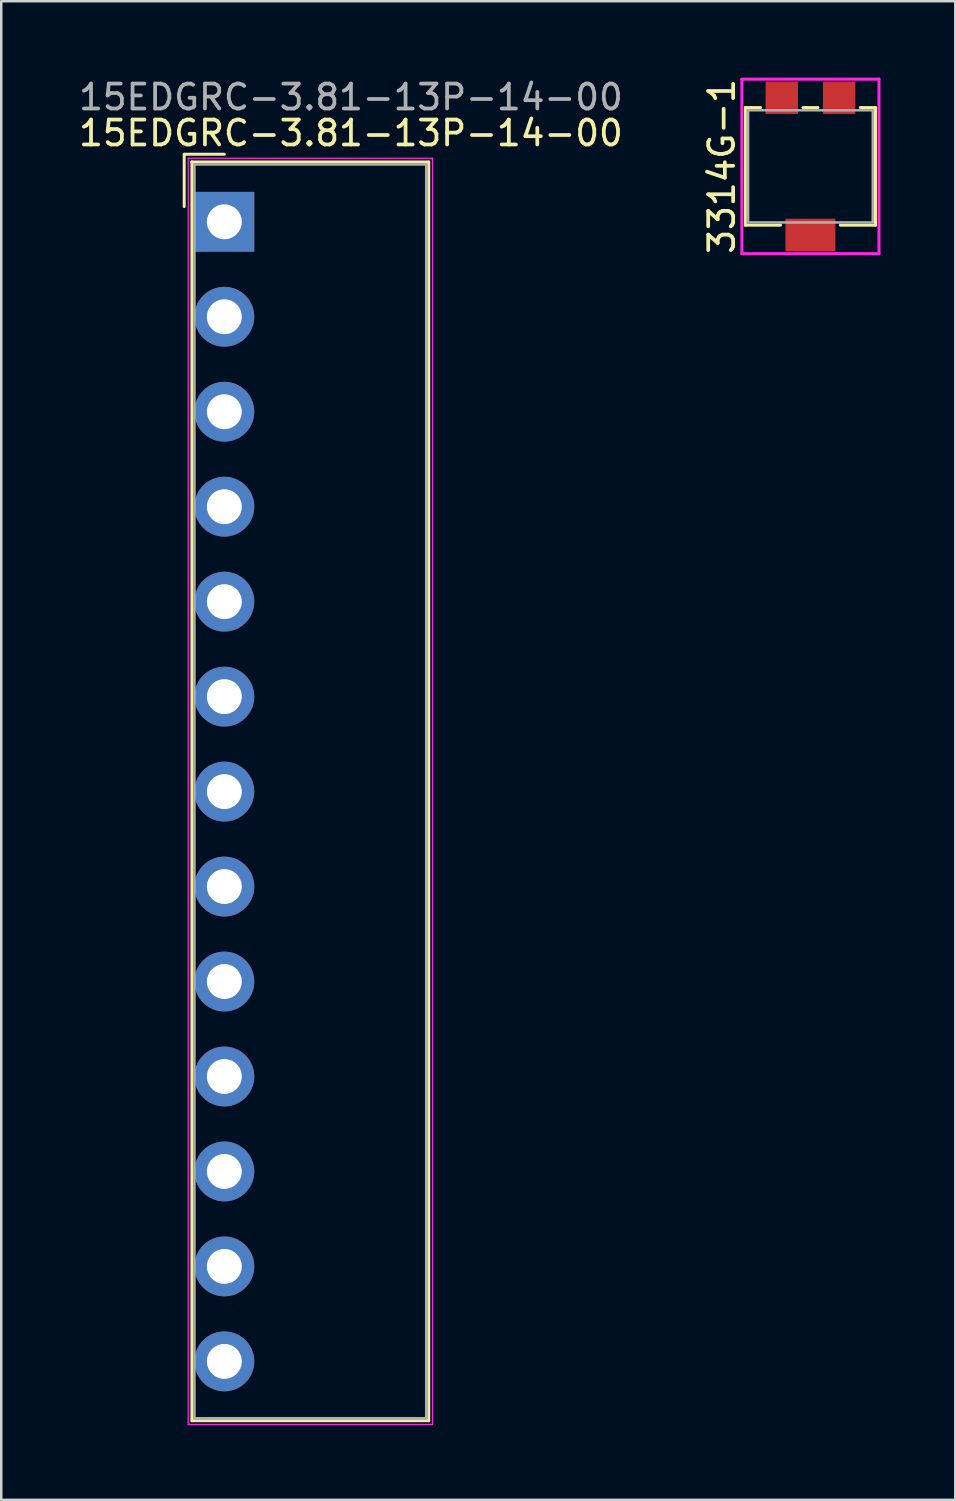
<source format=kicad_pcb>
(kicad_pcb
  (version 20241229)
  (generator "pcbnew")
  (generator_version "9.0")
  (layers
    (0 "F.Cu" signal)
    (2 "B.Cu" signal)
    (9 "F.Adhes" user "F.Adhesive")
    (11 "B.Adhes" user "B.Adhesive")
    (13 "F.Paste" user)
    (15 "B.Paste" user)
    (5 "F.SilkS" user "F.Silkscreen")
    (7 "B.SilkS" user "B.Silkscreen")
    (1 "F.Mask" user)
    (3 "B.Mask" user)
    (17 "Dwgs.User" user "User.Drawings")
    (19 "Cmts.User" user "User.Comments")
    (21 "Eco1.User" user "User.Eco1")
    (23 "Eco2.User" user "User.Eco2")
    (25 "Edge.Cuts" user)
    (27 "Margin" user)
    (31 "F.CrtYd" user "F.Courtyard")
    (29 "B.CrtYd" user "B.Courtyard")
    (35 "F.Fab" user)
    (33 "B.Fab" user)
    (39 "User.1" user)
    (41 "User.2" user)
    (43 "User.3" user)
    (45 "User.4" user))
  (footprint "15EDGRC-3.81-13P-14-00"
    (layer "F.Cu")
    (at 5.95 5.848)
    (property "Reference" "15EDGRC-3.81-13P-14-00" (at 5.08 -3.556 0) (layer "F.SilkS") (effects (font (size 1 1) (thickness 0.15))))
    (attr through_hole)
    (fp_line (start -1.61 -2.71) (end -1.61 -0.61) (stroke (width 0.12) (type solid)) (layer "F.SilkS"))
    (fp_line (start -1.3 -2.4) (end 8.2 -2.4) (stroke (width 0.12) (type solid)) (layer "F.SilkS"))
    (fp_line (start -1.3 48.1) (end -1.3 -2.4) (stroke (width 0.12) (type solid)) (layer "F.SilkS"))
    (fp_line (start 0 -2.71) (end -1.61 -2.71) (stroke (width 0.12) (type solid)) (layer "F.SilkS"))
    (fp_line (start 8.2 -2.4) (end 8.2 48.1) (stroke (width 0.12) (type solid)) (layer "F.SilkS"))
    (fp_line (start 8.2 48.1) (end -1.3 48.1) (stroke (width 0.12) (type solid)) (layer "F.SilkS"))
    (fp_line (start -1.45 -2.55) (end -1.45 48.25) (stroke (width 0.05) (type solid)) (layer "F.CrtYd"))
    (fp_line (start -1.45 -2.55) (end 8.35 -2.55) (stroke (width 0.05) (type solid)) (layer "F.CrtYd"))
    (fp_line (start -1.45 48.25) (end 8.35 48.25) (stroke (width 0.05) (type solid)) (layer "F.CrtYd"))
    (fp_line (start 8.35 -2.55) (end 8.35 48.25) (stroke (width 0.05) (type solid)) (layer "F.CrtYd"))
    (fp_line (start -1.2 -2.3) (end 8.1 -2.3) (stroke (width 0.1) (type solid)) (layer "F.Fab"))
    (fp_line (start -1.2 48) (end -1.2 -2.3) (stroke (width 0.1) (type solid)) (layer "F.Fab"))
    (fp_line (start 8.1 -2.3) (end 8.1 48) (stroke (width 0.1) (type solid)) (layer "F.Fab"))
    (fp_line (start 8.1 48) (end -1.2 48) (stroke (width 0.1) (type solid)) (layer "F.Fab"))
    (fp_text user "${REFERENCE}" (at 5.08 -5 0) (layer "F.Fab") (effects (font (size 1 1) (thickness 0.15))))
    (pad "1" thru_hole rect (at 0 0) (size 2.4 2.4) (drill 1.4) (layers "*.Cu" "*.Mask"))
    (pad "2" thru_hole circle (at 0 3.81) (size 2.4 2.4) (drill 1.4) (layers "*.Cu" "*.Mask"))
    (pad "3" thru_hole circle (at 0 7.62) (size 2.4 2.4) (drill 1.4) (layers "*.Cu" "*.Mask"))
    (pad "4" thru_hole circle (at 0 11.43) (size 2.4 2.4) (drill 1.4) (layers "*.Cu" "*.Mask"))
    (pad "5" thru_hole circle (at 0 15.24) (size 2.4 2.4) (drill 1.4) (layers "*.Cu" "*.Mask"))
    (pad "6" thru_hole circle (at 0 19.05) (size 2.4 2.4) (drill 1.4) (layers "*.Cu" "*.Mask"))
    (pad "7" thru_hole circle (at 0 22.86) (size 2.4 2.4) (drill 1.4) (layers "*.Cu" "*.Mask"))
    (pad "8" thru_hole circle (at 0 26.67) (size 2.4 2.4) (drill 1.4) (layers "*.Cu" "*.Mask"))
    (pad "9" thru_hole circle (at 0 30.48) (size 2.4 2.4) (drill 1.4) (layers "*.Cu" "*.Mask"))
    (pad "10" thru_hole circle (at 0 34.29) (size 2.4 2.4) (drill 1.4) (layers "*.Cu" "*.Mask"))
    (pad "11" thru_hole circle (at 0 38.1) (size 2.4 2.4) (drill 1.4) (layers "*.Cu" "*.Mask"))
    (pad "12" thru_hole circle (at 0 41.91) (size 2.4 2.4) (drill 1.4) (layers "*.Cu" "*.Mask"))
    (pad "13" thru_hole circle (at 0 45.72) (size 2.4 2.4) (drill 1.4) (layers "*.Cu" "*.Mask")))
  (footprint "3314G-1"
    (layer "F.Cu")
    (at 29.464 3.625)
    (property "Reference" "3314G-1" (at -3.556 0 90) (layer "F.SilkS") (effects (font (size 1 1) (thickness 0.15))))
    (attr through_hole)
    (fp_line (start -2.61 -2.36) (end -2 -2.36) (stroke (width 0.12) (type solid)) (layer "F.SilkS"))
    (fp_line (start -2.61 2.36) (end -2.61 -2.36) (stroke (width 0.12) (type solid)) (layer "F.SilkS"))
    (fp_line (start -2.61 2.36) (end -1.2 2.36) (stroke (width 0.12) (type solid)) (layer "F.SilkS"))
    (fp_line (start -0.3 -2.36) (end 0.3 -2.36) (stroke (width 0.12) (type solid)) (layer "F.SilkS"))
    (fp_line (start 2.61 -2.36) (end 2 -2.36) (stroke (width 0.12) (type solid)) (layer "F.SilkS"))
    (fp_line (start 2.61 -2.36) (end 2.61 2.36) (stroke (width 0.12) (type solid)) (layer "F.SilkS"))
    (fp_line (start 2.61 2.36) (end 1.2 2.36) (stroke (width 0.12) (type solid)) (layer "F.SilkS"))
    (fp_line (start -2.75 -3.5) (end 2.75 -3.5) (stroke (width 0.12) (type solid)) (layer "F.CrtYd"))
    (fp_line (start -2.75 3.5) (end -2.75 -3.5) (stroke (width 0.12) (type solid)) (layer "F.CrtYd"))
    (fp_line (start 2.75 -3.5) (end 2.75 3.5) (stroke (width 0.12) (type solid)) (layer "F.CrtYd"))
    (fp_line (start 2.75 3.5) (end -2.75 3.5) (stroke (width 0.12) (type solid)) (layer "F.CrtYd"))
    (fp_line (start -2.5 -2.25) (end 2.5 -2.25) (stroke (width 0.1) (type solid)) (layer "F.Fab"))
    (fp_line (start -2.5 2.25) (end -2.5 -2.25) (stroke (width 0.1) (type solid)) (layer "F.Fab"))
    (fp_line (start 2.5 -2.25) (end 2.5 2.25) (stroke (width 0.1) (type solid)) (layer "F.Fab"))
    (fp_line (start 2.5 2.25) (end -2.5 2.25) (stroke (width 0.1) (type solid)) (layer "F.Fab"))
    (pad "1" smd rect (at -1.15 -2.75) (size 1.3 1.3) (layers "F.Cu" "F.Mask" "F.Paste"))
    (pad "2" smd rect (at 0 2.75) (size 2 1.3) (layers "F.Cu" "F.Mask" "F.Paste"))
    (pad "3" smd rect (at 1.15 -2.75) (size 1.3 1.3) (layers "F.Cu" "F.Mask" "F.Paste")))
  (gr_rect
    (start -3 -3)
    (end 35.274 57.123)
    (stroke (width 0.1) (type default))
    (fill no)
    (layer "Edge.Cuts")))
</source>
